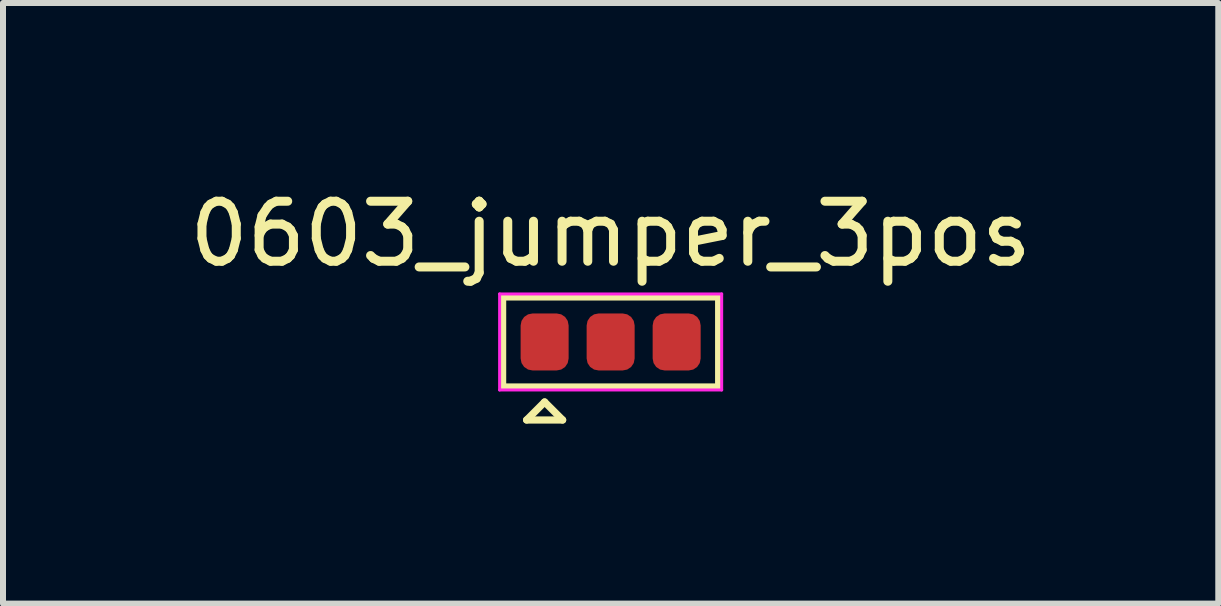
<source format=kicad_pcb>
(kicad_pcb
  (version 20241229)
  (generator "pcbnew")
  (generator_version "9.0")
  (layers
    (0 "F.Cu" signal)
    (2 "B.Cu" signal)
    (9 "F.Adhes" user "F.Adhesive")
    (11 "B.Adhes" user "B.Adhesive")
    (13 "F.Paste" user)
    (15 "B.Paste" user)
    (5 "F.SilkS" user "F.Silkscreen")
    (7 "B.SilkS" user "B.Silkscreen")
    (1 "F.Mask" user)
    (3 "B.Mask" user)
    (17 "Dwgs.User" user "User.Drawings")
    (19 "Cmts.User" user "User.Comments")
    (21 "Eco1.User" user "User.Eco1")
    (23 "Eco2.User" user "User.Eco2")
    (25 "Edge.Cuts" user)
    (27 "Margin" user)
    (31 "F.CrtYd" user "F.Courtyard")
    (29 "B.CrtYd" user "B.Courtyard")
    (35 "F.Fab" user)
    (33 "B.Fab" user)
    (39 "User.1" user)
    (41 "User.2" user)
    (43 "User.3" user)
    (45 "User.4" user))
  (footprint "0603_jumper_3pos"
    (layer "F.Cu")
    (at 7.125 2.648)
    (property "Reference" "0603_jumper_3pos" (at 0 -1.8 0) (layer "F.SilkS") (effects (font (size 1 1) (thickness 0.15))))
    (attr exclude_from_pos_files exclude_from_bom)
    (fp_line (start -1.8 -0.75) (end -1.8 0.75) (stroke (width 0.12) (type solid)) (layer "F.SilkS"))
    (fp_line (start -1.8 -0.75) (end 1.8 -0.75) (stroke (width 0.12) (type solid)) (layer "F.SilkS"))
    (fp_line (start -1.4 1.3) (end -0.8 1.3) (stroke (width 0.12) (type solid)) (layer "F.SilkS"))
    (fp_line (start -1.1 1) (end -1.4 1.3) (stroke (width 0.12) (type solid)) (layer "F.SilkS"))
    (fp_line (start -1.1 1) (end -0.8 1.3) (stroke (width 0.12) (type solid)) (layer "F.SilkS"))
    (fp_line (start 1.8 -0.75) (end 1.8 0.75) (stroke (width 0.12) (type solid)) (layer "F.SilkS"))
    (fp_line (start 1.8 0.75) (end -1.8 0.75) (stroke (width 0.12) (type solid)) (layer "F.SilkS"))
    (fp_line (start -1.85 -0.8) (end -1.85 0.8) (stroke (width 0.05) (type solid)) (layer "F.CrtYd"))
    (fp_line (start -1.85 -0.8) (end 1.85 -0.8) (stroke (width 0.05) (type solid)) (layer "F.CrtYd"))
    (fp_line (start 1.85 0.8) (end -1.85 0.8) (stroke (width 0.05) (type solid)) (layer "F.CrtYd"))
    (fp_line (start 1.85 0.8) (end 1.85 -0.8) (stroke (width 0.05) (type solid)) (layer "F.CrtYd"))
    (pad "1" smd roundrect (at -1.1 0) (size 0.8 0.95) (layers "F.Cu" "F.Mask" "F.Paste") (roundrect_rratio 0.25))
    (pad "2" smd roundrect (at 0 0) (size 0.8 0.95) (layers "F.Cu" "F.Mask" "F.Paste") (roundrect_rratio 0.25))
    (pad "3" smd roundrect (at 1.1 0) (size 0.8 0.95) (layers "F.Cu" "F.Mask" "F.Paste") (roundrect_rratio 0.25)))
  (gr_rect
    (start -3 -3)
    (end 17.25 7.008)
    (stroke (width 0.1) (type default))
    (fill no)
    (layer "Edge.Cuts")))
</source>
